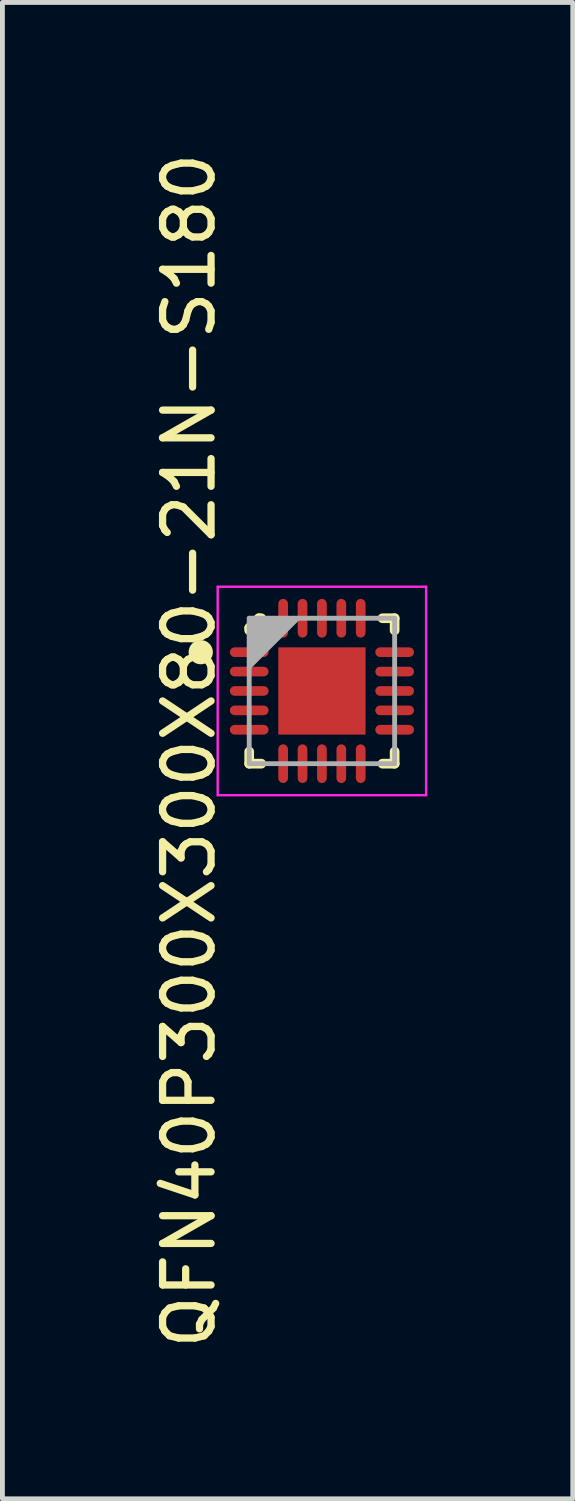
<source format=kicad_pcb>
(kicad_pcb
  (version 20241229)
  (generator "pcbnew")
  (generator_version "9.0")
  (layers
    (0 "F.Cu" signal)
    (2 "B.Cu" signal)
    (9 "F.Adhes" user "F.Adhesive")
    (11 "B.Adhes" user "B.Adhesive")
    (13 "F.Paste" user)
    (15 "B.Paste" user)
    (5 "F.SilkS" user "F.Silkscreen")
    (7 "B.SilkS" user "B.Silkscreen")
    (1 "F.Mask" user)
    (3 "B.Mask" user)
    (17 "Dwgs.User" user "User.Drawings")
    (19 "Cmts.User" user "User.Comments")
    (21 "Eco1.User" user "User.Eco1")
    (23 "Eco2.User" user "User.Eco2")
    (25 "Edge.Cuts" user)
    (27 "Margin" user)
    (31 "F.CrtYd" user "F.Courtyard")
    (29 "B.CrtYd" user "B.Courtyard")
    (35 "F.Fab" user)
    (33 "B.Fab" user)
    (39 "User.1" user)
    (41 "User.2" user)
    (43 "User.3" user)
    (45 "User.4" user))
  (footprint "QFN40P300X300X80-21N-S180"
    (layer "F.Cu")
    (at 3.591 11.204)
    (property "Reference" "QFN40P300X300X80-21N-S180" (at -2.742 1.23 90) (layer "F.SilkS") (effects (font (size 1 1) (thickness 0.15))))
    (attr smd)
    (fp_line (start -1.5 -1.3) (end -1.3 -1.5) (stroke (width 0.2) (type solid)) (layer "F.SilkS"))
    (fp_line (start -1.5 -1.25) (end -1.5 -1.3) (stroke (width 0.2) (type solid)) (layer "F.SilkS"))
    (fp_line (start -1.5 1.5) (end -1.5 1.25) (stroke (width 0.2) (type solid)) (layer "F.SilkS"))
    (fp_line (start -1.5 1.5) (end -1.25 1.5) (stroke (width 0.2) (type solid)) (layer "F.SilkS"))
    (fp_line (start -1.3 -1.5) (end -1.25 -1.5) (stroke (width 0.2) (type solid)) (layer "F.SilkS"))
    (fp_line (start 1.25 -1.5) (end 1.5 -1.5) (stroke (width 0.2) (type solid)) (layer "F.SilkS"))
    (fp_line (start 1.25 1.5) (end 1.5 1.5) (stroke (width 0.2) (type solid)) (layer "F.SilkS"))
    (fp_line (start 1.5 -1.25) (end 1.5 -1.5) (stroke (width 0.2) (type solid)) (layer "F.SilkS"))
    (fp_line (start 1.5 1.5) (end 1.5 1.25) (stroke (width 0.2) (type solid)) (layer "F.SilkS"))
    (fp_circle (center -2.5 -0.8) (end -2.375 -0.8) (stroke (width 0.25) (type solid)) (fill no) (layer "F.SilkS"))
    (fp_line (start -2.15 -2.15) (end 2.15 -2.15) (stroke (width 0.05) (type solid)) (layer "F.CrtYd"))
    (fp_line (start -2.15 2.15) (end -2.15 -2.15) (stroke (width 0.05) (type solid)) (layer "F.CrtYd"))
    (fp_line (start -2.15 2.15) (end 2.15 2.15) (stroke (width 0.05) (type solid)) (layer "F.CrtYd"))
    (fp_line (start 2.15 2.15) (end 2.15 -2.15) (stroke (width 0.05) (type solid)) (layer "F.CrtYd"))
    (fp_line (start -1.5 -1.5) (end 1.5 -1.5) (stroke (width 0.1) (type solid)) (layer "F.Fab"))
    (fp_line (start -1.5 -1.4) (end -1.4 -1.5) (stroke (width 0.1) (type solid)) (layer "F.Fab"))
    (fp_line (start -1.5 -1.3) (end -1.3 -1.5) (stroke (width 0.1) (type solid)) (layer "F.Fab"))
    (fp_line (start -1.5 -1.2) (end -1.2 -1.5) (stroke (width 0.1) (type solid)) (layer "F.Fab"))
    (fp_line (start -1.5 -1.1) (end -1.1 -1.5) (stroke (width 0.1) (type solid)) (layer "F.Fab"))
    (fp_line (start -1.5 -1) (end -1 -1.5) (stroke (width 0.1) (type solid)) (layer "F.Fab"))
    (fp_line (start -1.5 -0.9) (end -0.9 -1.5) (stroke (width 0.1) (type solid)) (layer "F.Fab"))
    (fp_line (start -1.5 -0.8) (end -0.8 -1.5) (stroke (width 0.1) (type solid)) (layer "F.Fab"))
    (fp_line (start -1.5 -0.7) (end -0.7 -1.5) (stroke (width 0.1) (type solid)) (layer "F.Fab"))
    (fp_line (start -1.5 -0.6) (end -0.6 -1.5) (stroke (width 0.1) (type solid)) (layer "F.Fab"))
    (fp_line (start -1.5 -0.5) (end -0.5 -1.5) (stroke (width 0.1) (type solid)) (layer "F.Fab"))
    (fp_line (start -1.5 1.5) (end -1.5 -1.5) (stroke (width 0.1) (type solid)) (layer "F.Fab"))
    (fp_line (start -1.5 1.5) (end 1.5 1.5) (stroke (width 0.1) (type solid)) (layer "F.Fab"))
    (fp_line (start 1.5 1.5) (end 1.5 -1.5) (stroke (width 0.1) (type solid)) (layer "F.Fab"))
    (pad "1" smd roundrect (at -1.5 -0.8) (size 0.8 0.2) (layers "F.Cu" "F.Mask" "F.Paste") (roundrect_rratio 0.5))
    (pad "2" smd roundrect (at -1.5 -0.4) (size 0.8 0.2) (layers "F.Cu" "F.Mask" "F.Paste") (roundrect_rratio 0.5))
    (pad "3" smd roundrect (at -1.5 0) (size 0.8 0.2) (layers "F.Cu" "F.Mask" "F.Paste") (roundrect_rratio 0.5))
    (pad "4" smd roundrect (at -1.5 0.4) (size 0.8 0.2) (layers "F.Cu" "F.Mask" "F.Paste") (roundrect_rratio 0.5))
    (pad "5" smd roundrect (at -1.5 0.8) (size 0.8 0.2) (layers "F.Cu" "F.Mask" "F.Paste") (roundrect_rratio 0.5))
    (pad "6" smd roundrect (at -0.8 1.5 90) (size 0.8 0.2) (layers "F.Cu" "F.Mask" "F.Paste") (roundrect_rratio 0.5))
    (pad "7" smd roundrect (at -0.4 1.5 90) (size 0.8 0.2) (layers "F.Cu" "F.Mask" "F.Paste") (roundrect_rratio 0.5))
    (pad "8" smd roundrect (at 0 1.5 90) (size 0.8 0.2) (layers "F.Cu" "F.Mask" "F.Paste") (roundrect_rratio 0.5))
    (pad "9" smd roundrect (at 0.4 1.5 90) (size 0.8 0.2) (layers "F.Cu" "F.Mask" "F.Paste") (roundrect_rratio 0.5))
    (pad "10" smd roundrect (at 0.8 1.5 90) (size 0.8 0.2) (layers "F.Cu" "F.Mask" "F.Paste") (roundrect_rratio 0.5))
    (pad "11" smd roundrect (at 1.5 0.8) (size 0.8 0.2) (layers "F.Cu" "F.Mask" "F.Paste") (roundrect_rratio 0.5))
    (pad "12" smd roundrect (at 1.5 0.4) (size 0.8 0.2) (layers "F.Cu" "F.Mask" "F.Paste") (roundrect_rratio 0.5))
    (pad "13" smd roundrect (at 1.5 0) (size 0.8 0.2) (layers "F.Cu" "F.Mask" "F.Paste") (roundrect_rratio 0.5))
    (pad "14" smd roundrect (at 1.5 -0.4) (size 0.8 0.2) (layers "F.Cu" "F.Mask" "F.Paste") (roundrect_rratio 0.5))
    (pad "15" smd roundrect (at 1.5 -0.8) (size 0.8 0.2) (layers "F.Cu" "F.Mask" "F.Paste") (roundrect_rratio 0.5))
    (pad "16" smd roundrect (at 0.8 -1.5 90) (size 0.8 0.2) (layers "F.Cu" "F.Mask" "F.Paste") (roundrect_rratio 0.5))
    (pad "17" smd roundrect (at 0.4 -1.5 90) (size 0.8 0.2) (layers "F.Cu" "F.Mask" "F.Paste") (roundrect_rratio 0.5))
    (pad "18" smd roundrect (at 0 -1.5 90) (size 0.8 0.2) (layers "F.Cu" "F.Mask" "F.Paste") (roundrect_rratio 0.5))
    (pad "19" smd roundrect (at -0.4 -1.5 90) (size 0.8 0.2) (layers "F.Cu" "F.Mask" "F.Paste") (roundrect_rratio 0.5))
    (pad "20" smd roundrect (at -0.8 -1.5 90) (size 0.8 0.2) (layers "F.Cu" "F.Mask" "F.Paste") (roundrect_rratio 0.5))
    (pad "21" smd rect (at 0 0) (size 1.8 1.8) (layers "F.Cu" "F.Mask" "F.Paste")))
  (gr_rect
    (start -3 -3)
    (end 8.766 27.869)
    (stroke (width 0.1) (type default))
    (fill no)
    (layer "Edge.Cuts")))
</source>
